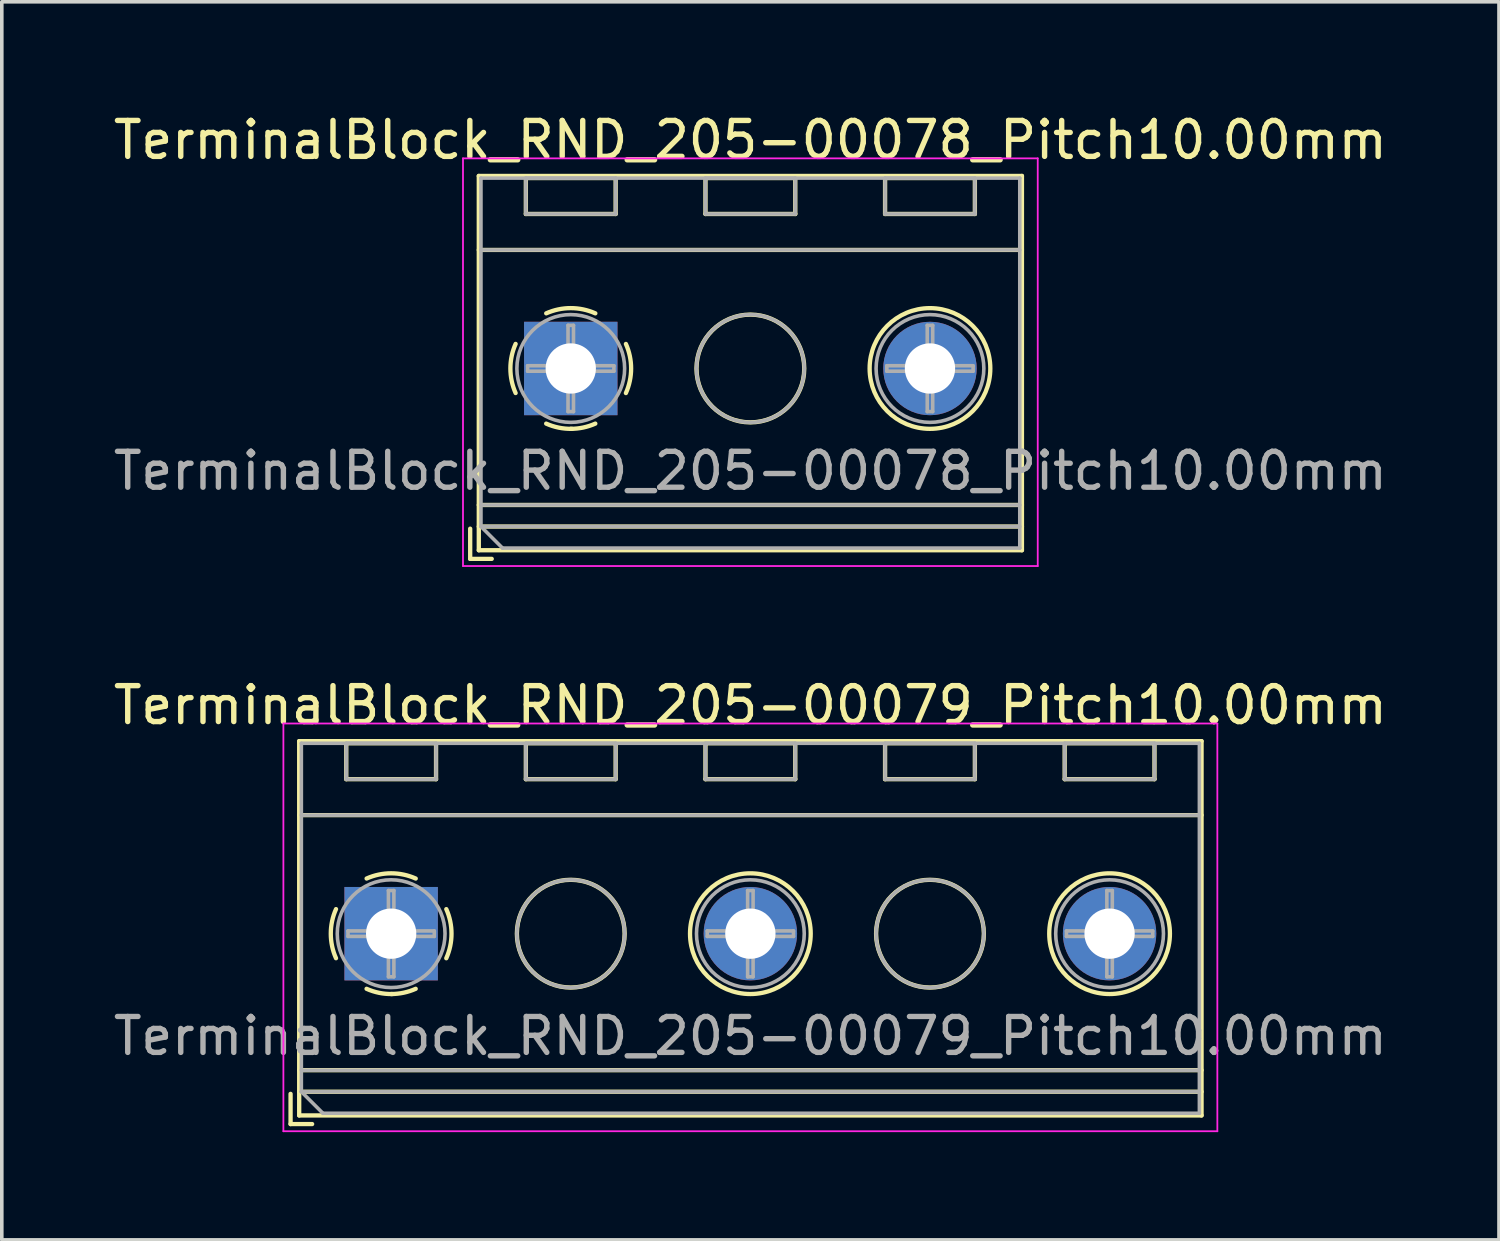
<source format=kicad_pcb>
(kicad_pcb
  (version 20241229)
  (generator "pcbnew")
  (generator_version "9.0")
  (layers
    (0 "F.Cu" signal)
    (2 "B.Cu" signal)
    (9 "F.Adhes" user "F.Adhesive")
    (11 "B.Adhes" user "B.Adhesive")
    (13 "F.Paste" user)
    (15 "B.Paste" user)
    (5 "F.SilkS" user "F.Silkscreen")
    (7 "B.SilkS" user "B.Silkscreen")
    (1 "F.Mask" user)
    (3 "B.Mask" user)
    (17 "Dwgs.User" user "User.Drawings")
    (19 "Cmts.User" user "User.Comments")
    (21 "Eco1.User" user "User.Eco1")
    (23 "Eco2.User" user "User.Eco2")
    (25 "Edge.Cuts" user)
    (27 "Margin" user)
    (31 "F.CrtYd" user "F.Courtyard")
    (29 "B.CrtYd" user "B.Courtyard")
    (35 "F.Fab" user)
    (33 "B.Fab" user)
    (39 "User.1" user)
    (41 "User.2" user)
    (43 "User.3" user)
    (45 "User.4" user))
  (footprint "TerminalBlock_RND_205-00078_Pitch10.00mm"
    (layer "F.Cu")
    (at 12.839 7.208)
    (property "Reference" "TerminalBlock_RND_205-00078_Pitch10.00mm" (at 5 -6.36 0) (layer "F.SilkS") (effects (font (size 1 1) (thickness 0.15))))
    (attr through_hole)
    (fp_line (start -2.8 4.46) (end -2.8 5.3) (stroke (width 0.12) (type solid)) (layer "F.SilkS"))
    (fp_line (start -2.8 5.3) (end -2.2 5.3) (stroke (width 0.12) (type solid)) (layer "F.SilkS"))
    (fp_line (start -2.56 -5.36) (end -2.56 5.06) (stroke (width 0.12) (type solid)) (layer "F.SilkS"))
    (fp_line (start -2.56 -3.3) (end 12.56 -3.3) (stroke (width 0.12) (type solid)) (layer "F.SilkS"))
    (fp_line (start -2.56 3.8) (end 12.56 3.8) (stroke (width 0.12) (type solid)) (layer "F.SilkS"))
    (fp_line (start -2.56 4.4) (end 12.56 4.4) (stroke (width 0.12) (type solid)) (layer "F.SilkS"))
    (fp_line (start -2.56 5.06) (end 12.56 5.06) (stroke (width 0.12) (type solid)) (layer "F.SilkS"))
    (fp_line (start -1.25 -5.301) (end -1.25 -4.301) (stroke (width 0.12) (type solid)) (layer "F.SilkS"))
    (fp_line (start -1.25 -5.301) (end 1.25 -5.301) (stroke (width 0.12) (type solid)) (layer "F.SilkS"))
    (fp_line (start -1.25 -4.301) (end 1.25 -4.301) (stroke (width 0.12) (type solid)) (layer "F.SilkS"))
    (fp_line (start 1.25 -5.301) (end 1.25 -4.301) (stroke (width 0.12) (type solid)) (layer "F.SilkS"))
    (fp_line (start 3.75 -5.301) (end 3.75 -4.301) (stroke (width 0.12) (type solid)) (layer "F.SilkS"))
    (fp_line (start 3.75 -5.301) (end 6.25 -5.301) (stroke (width 0.12) (type solid)) (layer "F.SilkS"))
    (fp_line (start 3.75 -4.301) (end 6.25 -4.301) (stroke (width 0.12) (type solid)) (layer "F.SilkS"))
    (fp_line (start 6.25 -5.301) (end 6.25 -4.301) (stroke (width 0.12) (type solid)) (layer "F.SilkS"))
    (fp_line (start 8.75 -5.301) (end 8.75 -4.301) (stroke (width 0.12) (type solid)) (layer "F.SilkS"))
    (fp_line (start 8.75 -5.301) (end 11.25 -5.301) (stroke (width 0.12) (type solid)) (layer "F.SilkS"))
    (fp_line (start 8.75 -4.301) (end 11.25 -4.301) (stroke (width 0.12) (type solid)) (layer "F.SilkS"))
    (fp_line (start 11.25 -5.301) (end 11.25 -4.301) (stroke (width 0.12) (type solid)) (layer "F.SilkS"))
    (fp_line (start 12.56 -5.36) (end -2.56 -5.36) (stroke (width 0.12) (type solid)) (layer "F.SilkS"))
    (fp_line (start 12.56 5.06) (end 12.56 -5.36) (stroke (width 0.12) (type solid)) (layer "F.SilkS"))
    (fp_arc (start -1.535427 0.683042) (mid -1.680501 -0.000524) (end -1.535 -0.684) (stroke (width 0.12) (type solid)) (layer "F.SilkS"))
    (fp_arc (start -0.683042 -1.535427) (mid 0.000524 -1.680501) (end 0.684 -1.535) (stroke (width 0.12) (type solid)) (layer "F.SilkS"))
    (fp_arc (start 0.028805 1.680253) (mid -0.335551 1.646659) (end -0.684 1.535) (stroke (width 0.12) (type solid)) (layer "F.SilkS"))
    (fp_arc (start 0.683318 1.534756) (mid 0.349292 1.643288) (end 0 1.68) (stroke (width 0.12) (type solid)) (layer "F.SilkS"))
    (fp_arc (start 1.535427 -0.683042) (mid 1.680501 0.000524) (end 1.535 0.684) (stroke (width 0.12) (type solid)) (layer "F.SilkS"))
    (fp_circle (center 5 0) (end 6.5 0) (stroke (width 0.12) (type solid)) (fill no) (layer "F.SilkS"))
    (fp_circle (center 10 0) (end 11.68 0) (stroke (width 0.12) (type solid)) (fill no) (layer "F.SilkS"))
    (fp_line (start -3 -5.85) (end -3 5.5) (stroke (width 0.05) (type solid)) (layer "F.CrtYd"))
    (fp_line (start -3 5.5) (end 13 5.5) (stroke (width 0.05) (type solid)) (layer "F.CrtYd"))
    (fp_line (start 13 -5.85) (end -3 -5.85) (stroke (width 0.05) (type solid)) (layer "F.CrtYd"))
    (fp_line (start 13 5.5) (end 13 -5.85) (stroke (width 0.05) (type solid)) (layer "F.CrtYd"))
    (fp_line (start -2.5 -5.3) (end 12.5 -5.3) (stroke (width 0.1) (type solid)) (layer "F.Fab"))
    (fp_line (start -2.5 -3.3) (end 12.5 -3.3) (stroke (width 0.1) (type solid)) (layer "F.Fab"))
    (fp_line (start -2.5 3.8) (end 12.5 3.8) (stroke (width 0.1) (type solid)) (layer "F.Fab"))
    (fp_line (start -2.5 4.4) (end -2.5 -5.3) (stroke (width 0.1) (type solid)) (layer "F.Fab"))
    (fp_line (start -2.5 4.4) (end 12.5 4.4) (stroke (width 0.1) (type solid)) (layer "F.Fab"))
    (fp_line (start -1.9 5) (end -2.5 4.4) (stroke (width 0.1) (type solid)) (layer "F.Fab"))
    (fp_line (start -1.25 -5.3) (end -1.25 -4.3) (stroke (width 0.1) (type solid)) (layer "F.Fab"))
    (fp_line (start -1.25 -4.3) (end 1.25 -4.3) (stroke (width 0.1) (type solid)) (layer "F.Fab"))
    (fp_line (start -1.201 -0.076) (end -0.076 -0.076) (stroke (width 0.1) (type solid)) (layer "F.Fab"))
    (fp_line (start -1.201 0.076) (end -1.201 -0.076) (stroke (width 0.1) (type solid)) (layer "F.Fab"))
    (fp_line (start -0.076 -1.201) (end 0.076 -1.201) (stroke (width 0.1) (type solid)) (layer "F.Fab"))
    (fp_line (start -0.076 -0.076) (end -0.076 -1.201) (stroke (width 0.1) (type solid)) (layer "F.Fab"))
    (fp_line (start -0.076 0.076) (end -1.201 0.076) (stroke (width 0.1) (type solid)) (layer "F.Fab"))
    (fp_line (start -0.076 1.201) (end -0.076 0.076) (stroke (width 0.1) (type solid)) (layer "F.Fab"))
    (fp_line (start 0.076 -1.201) (end 0.076 -0.076) (stroke (width 0.1) (type solid)) (layer "F.Fab"))
    (fp_line (start 0.076 -0.076) (end 1.201 -0.076) (stroke (width 0.1) (type solid)) (layer "F.Fab"))
    (fp_line (start 0.076 0.076) (end 0.076 1.201) (stroke (width 0.1) (type solid)) (layer "F.Fab"))
    (fp_line (start 0.076 1.201) (end -0.076 1.201) (stroke (width 0.1) (type solid)) (layer "F.Fab"))
    (fp_line (start 1.201 -0.076) (end 1.201 0.076) (stroke (width 0.1) (type solid)) (layer "F.Fab"))
    (fp_line (start 1.201 0.076) (end 0.076 0.076) (stroke (width 0.1) (type solid)) (layer "F.Fab"))
    (fp_line (start 1.25 -5.3) (end -1.25 -5.3) (stroke (width 0.1) (type solid)) (layer "F.Fab"))
    (fp_line (start 1.25 -4.3) (end 1.25 -5.3) (stroke (width 0.1) (type solid)) (layer "F.Fab"))
    (fp_line (start 3.75 -5.3) (end 3.75 -4.3) (stroke (width 0.1) (type solid)) (layer "F.Fab"))
    (fp_line (start 3.75 -4.3) (end 6.25 -4.3) (stroke (width 0.1) (type solid)) (layer "F.Fab"))
    (fp_line (start 6.25 -5.3) (end 3.75 -5.3) (stroke (width 0.1) (type solid)) (layer "F.Fab"))
    (fp_line (start 6.25 -4.3) (end 6.25 -5.3) (stroke (width 0.1) (type solid)) (layer "F.Fab"))
    (fp_line (start 8.75 -5.3) (end 8.75 -4.3) (stroke (width 0.1) (type solid)) (layer "F.Fab"))
    (fp_line (start 8.75 -4.3) (end 11.25 -4.3) (stroke (width 0.1) (type solid)) (layer "F.Fab"))
    (fp_line (start 8.799 -0.076) (end 9.924 -0.076) (stroke (width 0.1) (type solid)) (layer "F.Fab"))
    (fp_line (start 8.799 0.076) (end 8.799 -0.076) (stroke (width 0.1) (type solid)) (layer "F.Fab"))
    (fp_line (start 9.924 -1.201) (end 10.076 -1.201) (stroke (width 0.1) (type solid)) (layer "F.Fab"))
    (fp_line (start 9.924 -0.076) (end 9.924 -1.201) (stroke (width 0.1) (type solid)) (layer "F.Fab"))
    (fp_line (start 9.924 0.076) (end 8.799 0.076) (stroke (width 0.1) (type solid)) (layer "F.Fab"))
    (fp_line (start 9.924 1.201) (end 9.924 0.076) (stroke (width 0.1) (type solid)) (layer "F.Fab"))
    (fp_line (start 10.076 -1.201) (end 10.076 -0.076) (stroke (width 0.1) (type solid)) (layer "F.Fab"))
    (fp_line (start 10.076 -0.076) (end 11.201 -0.076) (stroke (width 0.1) (type solid)) (layer "F.Fab"))
    (fp_line (start 10.076 0.076) (end 10.076 1.201) (stroke (width 0.1) (type solid)) (layer "F.Fab"))
    (fp_line (start 10.076 1.201) (end 9.924 1.201) (stroke (width 0.1) (type solid)) (layer "F.Fab"))
    (fp_line (start 11.201 -0.076) (end 11.201 0.076) (stroke (width 0.1) (type solid)) (layer "F.Fab"))
    (fp_line (start 11.201 0.076) (end 10.076 0.076) (stroke (width 0.1) (type solid)) (layer "F.Fab"))
    (fp_line (start 11.25 -5.3) (end 8.75 -5.3) (stroke (width 0.1) (type solid)) (layer "F.Fab"))
    (fp_line (start 11.25 -4.3) (end 11.25 -5.3) (stroke (width 0.1) (type solid)) (layer "F.Fab"))
    (fp_line (start 12.5 -5.3) (end 12.5 5) (stroke (width 0.1) (type solid)) (layer "F.Fab"))
    (fp_line (start 12.5 5) (end -1.9 5) (stroke (width 0.1) (type solid)) (layer "F.Fab"))
    (fp_circle (center 0 0) (end 1.5 0) (stroke (width 0.1) (type solid)) (fill no) (layer "F.Fab"))
    (fp_circle (center 5 0) (end 6.5 0) (stroke (width 0.1) (type solid)) (fill no) (layer "F.Fab"))
    (fp_circle (center 10 0) (end 11.5 0) (stroke (width 0.1) (type solid)) (fill no) (layer "F.Fab"))
    (fp_text user "${REFERENCE}" (at 5 2.85 0) (layer "F.Fab") (effects (font (size 1 1) (thickness 0.15))))
    (pad "1" thru_hole rect (at 0 0) (size 2.6 2.6) (drill 1.4) (layers "*.Cu" "*.Mask"))
    (pad "2" thru_hole circle (at 10 0) (size 2.6 2.6) (drill 1.4) (layers "*.Cu" "*.Mask")))
  (footprint "TerminalBlock_RND_205-00079_Pitch10.00mm"
    (layer "F.Cu")
    (at 7.839 22.942)
    (property "Reference" "TerminalBlock_RND_205-00079_Pitch10.00mm" (at 10 -6.36 0) (layer "F.SilkS") (effects (font (size 1 1) (thickness 0.15))))
    (attr through_hole)
    (fp_line (start -2.8 4.46) (end -2.8 5.3) (stroke (width 0.12) (type solid)) (layer "F.SilkS"))
    (fp_line (start -2.8 5.3) (end -2.2 5.3) (stroke (width 0.12) (type solid)) (layer "F.SilkS"))
    (fp_line (start -2.56 -5.36) (end -2.56 5.06) (stroke (width 0.12) (type solid)) (layer "F.SilkS"))
    (fp_line (start -2.56 -3.3) (end 22.56 -3.3) (stroke (width 0.12) (type solid)) (layer "F.SilkS"))
    (fp_line (start -2.56 3.8) (end 22.56 3.8) (stroke (width 0.12) (type solid)) (layer "F.SilkS"))
    (fp_line (start -2.56 4.4) (end 22.56 4.4) (stroke (width 0.12) (type solid)) (layer "F.SilkS"))
    (fp_line (start -2.56 5.06) (end 22.56 5.06) (stroke (width 0.12) (type solid)) (layer "F.SilkS"))
    (fp_line (start -1.25 -5.301) (end -1.25 -4.301) (stroke (width 0.12) (type solid)) (layer "F.SilkS"))
    (fp_line (start -1.25 -5.301) (end 1.25 -5.301) (stroke (width 0.12) (type solid)) (layer "F.SilkS"))
    (fp_line (start -1.25 -4.301) (end 1.25 -4.301) (stroke (width 0.12) (type solid)) (layer "F.SilkS"))
    (fp_line (start 1.25 -5.301) (end 1.25 -4.301) (stroke (width 0.12) (type solid)) (layer "F.SilkS"))
    (fp_line (start 3.75 -5.301) (end 3.75 -4.301) (stroke (width 0.12) (type solid)) (layer "F.SilkS"))
    (fp_line (start 3.75 -5.301) (end 6.25 -5.301) (stroke (width 0.12) (type solid)) (layer "F.SilkS"))
    (fp_line (start 3.75 -4.301) (end 6.25 -4.301) (stroke (width 0.12) (type solid)) (layer "F.SilkS"))
    (fp_line (start 6.25 -5.301) (end 6.25 -4.301) (stroke (width 0.12) (type solid)) (layer "F.SilkS"))
    (fp_line (start 8.75 -5.301) (end 8.75 -4.301) (stroke (width 0.12) (type solid)) (layer "F.SilkS"))
    (fp_line (start 8.75 -5.301) (end 11.25 -5.301) (stroke (width 0.12) (type solid)) (layer "F.SilkS"))
    (fp_line (start 8.75 -4.301) (end 11.25 -4.301) (stroke (width 0.12) (type solid)) (layer "F.SilkS"))
    (fp_line (start 11.25 -5.301) (end 11.25 -4.301) (stroke (width 0.12) (type solid)) (layer "F.SilkS"))
    (fp_line (start 13.75 -5.301) (end 13.75 -4.301) (stroke (width 0.12) (type solid)) (layer "F.SilkS"))
    (fp_line (start 13.75 -5.301) (end 16.25 -5.301) (stroke (width 0.12) (type solid)) (layer "F.SilkS"))
    (fp_line (start 13.75 -4.301) (end 16.25 -4.301) (stroke (width 0.12) (type solid)) (layer "F.SilkS"))
    (fp_line (start 16.25 -5.301) (end 16.25 -4.301) (stroke (width 0.12) (type solid)) (layer "F.SilkS"))
    (fp_line (start 18.75 -5.301) (end 18.75 -4.301) (stroke (width 0.12) (type solid)) (layer "F.SilkS"))
    (fp_line (start 18.75 -5.301) (end 21.25 -5.301) (stroke (width 0.12) (type solid)) (layer "F.SilkS"))
    (fp_line (start 18.75 -4.301) (end 21.25 -4.301) (stroke (width 0.12) (type solid)) (layer "F.SilkS"))
    (fp_line (start 21.25 -5.301) (end 21.25 -4.301) (stroke (width 0.12) (type solid)) (layer "F.SilkS"))
    (fp_line (start 22.56 -5.36) (end -2.56 -5.36) (stroke (width 0.12) (type solid)) (layer "F.SilkS"))
    (fp_line (start 22.56 5.06) (end 22.56 -5.36) (stroke (width 0.12) (type solid)) (layer "F.SilkS"))
    (fp_arc (start -1.535427 0.683042) (mid -1.680501 -0.000524) (end -1.535 -0.684) (stroke (width 0.12) (type solid)) (layer "F.SilkS"))
    (fp_arc (start -0.683042 -1.535427) (mid 0.000524 -1.680501) (end 0.684 -1.535) (stroke (width 0.12) (type solid)) (layer "F.SilkS"))
    (fp_arc (start 0.028805 1.680253) (mid -0.335551 1.646659) (end -0.684 1.535) (stroke (width 0.12) (type solid)) (layer "F.SilkS"))
    (fp_arc (start 0.683318 1.534756) (mid 0.349292 1.643288) (end 0 1.68) (stroke (width 0.12) (type solid)) (layer "F.SilkS"))
    (fp_arc (start 1.535427 -0.683042) (mid 1.680501 0.000524) (end 1.535 0.684) (stroke (width 0.12) (type solid)) (layer "F.SilkS"))
    (fp_circle (center 5 0) (end 6.5 0) (stroke (width 0.12) (type solid)) (fill no) (layer "F.SilkS"))
    (fp_circle (center 10 0) (end 11.68 0) (stroke (width 0.12) (type solid)) (fill no) (layer "F.SilkS"))
    (fp_circle (center 15 0) (end 16.5 0) (stroke (width 0.12) (type solid)) (fill no) (layer "F.SilkS"))
    (fp_circle (center 20 0) (end 21.68 0) (stroke (width 0.12) (type solid)) (fill no) (layer "F.SilkS"))
    (fp_line (start -3 -5.85) (end -3 5.5) (stroke (width 0.05) (type solid)) (layer "F.CrtYd"))
    (fp_line (start -3 5.5) (end 23 5.5) (stroke (width 0.05) (type solid)) (layer "F.CrtYd"))
    (fp_line (start 23 -5.85) (end -3 -5.85) (stroke (width 0.05) (type solid)) (layer "F.CrtYd"))
    (fp_line (start 23 5.5) (end 23 -5.85) (stroke (width 0.05) (type solid)) (layer "F.CrtYd"))
    (fp_line (start -2.5 -5.3) (end 22.5 -5.3) (stroke (width 0.1) (type solid)) (layer "F.Fab"))
    (fp_line (start -2.5 -3.3) (end 22.5 -3.3) (stroke (width 0.1) (type solid)) (layer "F.Fab"))
    (fp_line (start -2.5 3.8) (end 22.5 3.8) (stroke (width 0.1) (type solid)) (layer "F.Fab"))
    (fp_line (start -2.5 4.4) (end -2.5 -5.3) (stroke (width 0.1) (type solid)) (layer "F.Fab"))
    (fp_line (start -2.5 4.4) (end 22.5 4.4) (stroke (width 0.1) (type solid)) (layer "F.Fab"))
    (fp_line (start -1.9 5) (end -2.5 4.4) (stroke (width 0.1) (type solid)) (layer "F.Fab"))
    (fp_line (start -1.25 -5.3) (end -1.25 -4.3) (stroke (width 0.1) (type solid)) (layer "F.Fab"))
    (fp_line (start -1.25 -4.3) (end 1.25 -4.3) (stroke (width 0.1) (type solid)) (layer "F.Fab"))
    (fp_line (start -1.201 -0.076) (end -0.076 -0.076) (stroke (width 0.1) (type solid)) (layer "F.Fab"))
    (fp_line (start -1.201 0.076) (end -1.201 -0.076) (stroke (width 0.1) (type solid)) (layer "F.Fab"))
    (fp_line (start -0.076 -1.201) (end 0.076 -1.201) (stroke (width 0.1) (type solid)) (layer "F.Fab"))
    (fp_line (start -0.076 -0.076) (end -0.076 -1.201) (stroke (width 0.1) (type solid)) (layer "F.Fab"))
    (fp_line (start -0.076 0.076) (end -1.201 0.076) (stroke (width 0.1) (type solid)) (layer "F.Fab"))
    (fp_line (start -0.076 1.201) (end -0.076 0.076) (stroke (width 0.1) (type solid)) (layer "F.Fab"))
    (fp_line (start 0.076 -1.201) (end 0.076 -0.076) (stroke (width 0.1) (type solid)) (layer "F.Fab"))
    (fp_line (start 0.076 -0.076) (end 1.201 -0.076) (stroke (width 0.1) (type solid)) (layer "F.Fab"))
    (fp_line (start 0.076 0.076) (end 0.076 1.201) (stroke (width 0.1) (type solid)) (layer "F.Fab"))
    (fp_line (start 0.076 1.201) (end -0.076 1.201) (stroke (width 0.1) (type solid)) (layer "F.Fab"))
    (fp_line (start 1.201 -0.076) (end 1.201 0.076) (stroke (width 0.1) (type solid)) (layer "F.Fab"))
    (fp_line (start 1.201 0.076) (end 0.076 0.076) (stroke (width 0.1) (type solid)) (layer "F.Fab"))
    (fp_line (start 1.25 -5.3) (end -1.25 -5.3) (stroke (width 0.1) (type solid)) (layer "F.Fab"))
    (fp_line (start 1.25 -4.3) (end 1.25 -5.3) (stroke (width 0.1) (type solid)) (layer "F.Fab"))
    (fp_line (start 3.75 -5.3) (end 3.75 -4.3) (stroke (width 0.1) (type solid)) (layer "F.Fab"))
    (fp_line (start 3.75 -4.3) (end 6.25 -4.3) (stroke (width 0.1) (type solid)) (layer "F.Fab"))
    (fp_line (start 6.25 -5.3) (end 3.75 -5.3) (stroke (width 0.1) (type solid)) (layer "F.Fab"))
    (fp_line (start 6.25 -4.3) (end 6.25 -5.3) (stroke (width 0.1) (type solid)) (layer "F.Fab"))
    (fp_line (start 8.75 -5.3) (end 8.75 -4.3) (stroke (width 0.1) (type solid)) (layer "F.Fab"))
    (fp_line (start 8.75 -4.3) (end 11.25 -4.3) (stroke (width 0.1) (type solid)) (layer "F.Fab"))
    (fp_line (start 8.799 -0.076) (end 9.924 -0.076) (stroke (width 0.1) (type solid)) (layer "F.Fab"))
    (fp_line (start 8.799 0.076) (end 8.799 -0.076) (stroke (width 0.1) (type solid)) (layer "F.Fab"))
    (fp_line (start 9.924 -1.201) (end 10.076 -1.201) (stroke (width 0.1) (type solid)) (layer "F.Fab"))
    (fp_line (start 9.924 -0.076) (end 9.924 -1.201) (stroke (width 0.1) (type solid)) (layer "F.Fab"))
    (fp_line (start 9.924 0.076) (end 8.799 0.076) (stroke (width 0.1) (type solid)) (layer "F.Fab"))
    (fp_line (start 9.924 1.201) (end 9.924 0.076) (stroke (width 0.1) (type solid)) (layer "F.Fab"))
    (fp_line (start 10.076 -1.201) (end 10.076 -0.076) (stroke (width 0.1) (type solid)) (layer "F.Fab"))
    (fp_line (start 10.076 -0.076) (end 11.201 -0.076) (stroke (width 0.1) (type solid)) (layer "F.Fab"))
    (fp_line (start 10.076 0.076) (end 10.076 1.201) (stroke (width 0.1) (type solid)) (layer "F.Fab"))
    (fp_line (start 10.076 1.201) (end 9.924 1.201) (stroke (width 0.1) (type solid)) (layer "F.Fab"))
    (fp_line (start 11.201 -0.076) (end 11.201 0.076) (stroke (width 0.1) (type solid)) (layer "F.Fab"))
    (fp_line (start 11.201 0.076) (end 10.076 0.076) (stroke (width 0.1) (type solid)) (layer "F.Fab"))
    (fp_line (start 11.25 -5.3) (end 8.75 -5.3) (stroke (width 0.1) (type solid)) (layer "F.Fab"))
    (fp_line (start 11.25 -4.3) (end 11.25 -5.3) (stroke (width 0.1) (type solid)) (layer "F.Fab"))
    (fp_line (start 13.75 -5.3) (end 13.75 -4.3) (stroke (width 0.1) (type solid)) (layer "F.Fab"))
    (fp_line (start 13.75 -4.3) (end 16.25 -4.3) (stroke (width 0.1) (type solid)) (layer "F.Fab"))
    (fp_line (start 16.25 -5.3) (end 13.75 -5.3) (stroke (width 0.1) (type solid)) (layer "F.Fab"))
    (fp_line (start 16.25 -4.3) (end 16.25 -5.3) (stroke (width 0.1) (type solid)) (layer "F.Fab"))
    (fp_line (start 18.75 -5.3) (end 18.75 -4.3) (stroke (width 0.1) (type solid)) (layer "F.Fab"))
    (fp_line (start 18.75 -4.3) (end 21.25 -4.3) (stroke (width 0.1) (type solid)) (layer "F.Fab"))
    (fp_line (start 18.799 -0.076) (end 19.924 -0.076) (stroke (width 0.1) (type solid)) (layer "F.Fab"))
    (fp_line (start 18.799 0.076) (end 18.799 -0.076) (stroke (width 0.1) (type solid)) (layer "F.Fab"))
    (fp_line (start 19.924 -1.201) (end 20.076 -1.201) (stroke (width 0.1) (type solid)) (layer "F.Fab"))
    (fp_line (start 19.924 -0.076) (end 19.924 -1.201) (stroke (width 0.1) (type solid)) (layer "F.Fab"))
    (fp_line (start 19.924 0.076) (end 18.799 0.076) (stroke (width 0.1) (type solid)) (layer "F.Fab"))
    (fp_line (start 19.924 1.201) (end 19.924 0.076) (stroke (width 0.1) (type solid)) (layer "F.Fab"))
    (fp_line (start 20.076 -1.201) (end 20.076 -0.076) (stroke (width 0.1) (type solid)) (layer "F.Fab"))
    (fp_line (start 20.076 -0.076) (end 21.201 -0.076) (stroke (width 0.1) (type solid)) (layer "F.Fab"))
    (fp_line (start 20.076 0.076) (end 20.076 1.201) (stroke (width 0.1) (type solid)) (layer "F.Fab"))
    (fp_line (start 20.076 1.201) (end 19.924 1.201) (stroke (width 0.1) (type solid)) (layer "F.Fab"))
    (fp_line (start 21.201 -0.076) (end 21.201 0.076) (stroke (width 0.1) (type solid)) (layer "F.Fab"))
    (fp_line (start 21.201 0.076) (end 20.076 0.076) (stroke (width 0.1) (type solid)) (layer "F.Fab"))
    (fp_line (start 21.25 -5.3) (end 18.75 -5.3) (stroke (width 0.1) (type solid)) (layer "F.Fab"))
    (fp_line (start 21.25 -4.3) (end 21.25 -5.3) (stroke (width 0.1) (type solid)) (layer "F.Fab"))
    (fp_line (start 22.5 -5.3) (end 22.5 5) (stroke (width 0.1) (type solid)) (layer "F.Fab"))
    (fp_line (start 22.5 5) (end -1.9 5) (stroke (width 0.1) (type solid)) (layer "F.Fab"))
    (fp_circle (center 0 0) (end 1.5 0) (stroke (width 0.1) (type solid)) (fill no) (layer "F.Fab"))
    (fp_circle (center 5 0) (end 6.5 0) (stroke (width 0.1) (type solid)) (fill no) (layer "F.Fab"))
    (fp_circle (center 10 0) (end 11.5 0) (stroke (width 0.1) (type solid)) (fill no) (layer "F.Fab"))
    (fp_circle (center 15 0) (end 16.5 0) (stroke (width 0.1) (type solid)) (fill no) (layer "F.Fab"))
    (fp_circle (center 20 0) (end 21.5 0) (stroke (width 0.1) (type solid)) (fill no) (layer "F.Fab"))
    (fp_text user "${REFERENCE}" (at 10 2.85 0) (layer "F.Fab") (effects (font (size 1 1) (thickness 0.15))))
    (pad "1" thru_hole rect (at 0 0) (size 2.6 2.6) (drill 1.4) (layers "*.Cu" "*.Mask"))
    (pad "2" thru_hole circle (at 10 0) (size 2.6 2.6) (drill 1.4) (layers "*.Cu" "*.Mask"))
    (pad "3" thru_hole circle (at 20 0) (size 2.6 2.6) (drill 1.4) (layers "*.Cu" "*.Mask")))
  (gr_rect
    (start -3 -3)
    (end 38.679 31.466)
    (stroke (width 0.1) (type default))
    (fill no)
    (layer "Edge.Cuts")))
</source>
